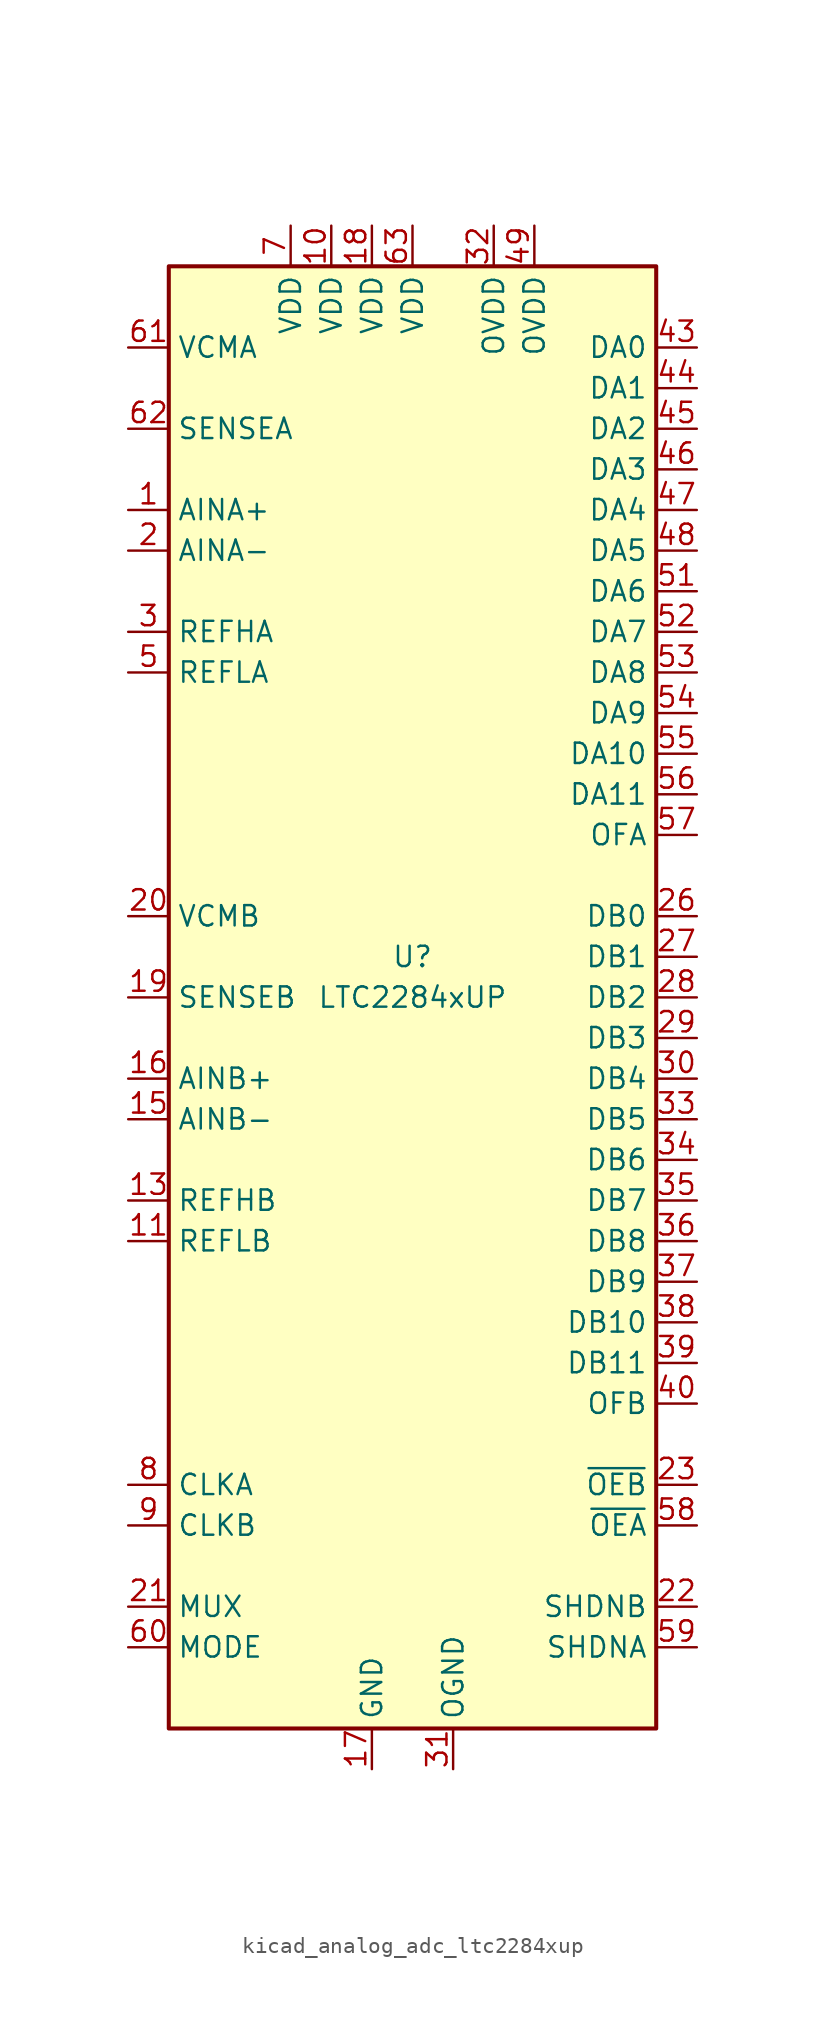
<source format=kicad_sym>
(kicad_symbol_lib
  (version 20220914)
  (generator kicad_symbol_editor)
  (symbol "kicad_analog_adc_ltc2284xup"
    (property "Reference" "U"
      (at 0 2.54 0)
      (effects (font (size 1.27 1.27))))
    (property "Value" "LTC2284xUP"
      (at 0 0 0)
      (effects (font (size 1.27 1.27))))
    (symbol "kicad_analog_adc_ltc2284xup_0_1"
      (rectangle (start -15.24 45.72) (end 15.24 -45.72) (stroke (width 0.254) (type default)) (fill (type background))))
    (symbol "kicad_analog_adc_ltc2284xup_1_1"
      (pin input line (at -17.78 30.48 0) (length 2.54) (name "AINA+" (effects (font (size 1.27 1.27)))) (number "1" (effects (font (size 1.27 1.27)))))
      (pin power_in line (at -5.08 48.26 270) (length 2.54) (name "VDD" (effects (font (size 1.27 1.27)))) (number "10" (effects (font (size 1.27 1.27)))))
      (pin input line (at -17.78 -15.24 0) (length 2.54) (name "REFLB" (effects (font (size 1.27 1.27)))) (number "11" (effects (font (size 1.27 1.27)))))
      (pin input line (at -17.78 -15.24 0) (length 2.54) hide (name "REFLB" (effects (font (size 1.27 1.27)))) (number "12" (effects (font (size 1.27 1.27)))))
      (pin input line (at -17.78 -12.7 0) (length 2.54) (name "REFHB" (effects (font (size 1.27 1.27)))) (number "13" (effects (font (size 1.27 1.27)))))
      (pin input line (at -17.78 -12.7 0) (length 2.54) hide (name "REFHB" (effects (font (size 1.27 1.27)))) (number "14" (effects (font (size 1.27 1.27)))))
      (pin input line (at -17.78 -7.62 0) (length 2.54) (name "AINB-" (effects (font (size 1.27 1.27)))) (number "15" (effects (font (size 1.27 1.27)))))
      (pin input line (at -17.78 -5.08 0) (length 2.54) (name "AINB+" (effects (font (size 1.27 1.27)))) (number "16" (effects (font (size 1.27 1.27)))))
      (pin power_in line (at -2.54 -48.26 90) (length 2.54) (name "GND" (effects (font (size 1.27 1.27)))) (number "17" (effects (font (size 1.27 1.27)))))
      (pin power_in line (at -2.54 48.26 270) (length 2.54) (name "VDD" (effects (font (size 1.27 1.27)))) (number "18" (effects (font (size 1.27 1.27)))))
      (pin input line (at -17.78 0 0) (length 2.54) (name "SENSEB" (effects (font (size 1.27 1.27)))) (number "19" (effects (font (size 1.27 1.27)))))
      (pin input line (at -17.78 27.94 0) (length 2.54) (name "AINA-" (effects (font (size 1.27 1.27)))) (number "2" (effects (font (size 1.27 1.27)))))
      (pin passive line (at -17.78 5.08 0) (length 2.54) (name "VCMB" (effects (font (size 1.27 1.27)))) (number "20" (effects (font (size 1.27 1.27)))))
      (pin input line (at -17.78 -38.1 0) (length 2.54) (name "MUX" (effects (font (size 1.27 1.27)))) (number "21" (effects (font (size 1.27 1.27)))))
      (pin input line (at 17.78 -38.1 180) (length 2.54) (name "SHDNB" (effects (font (size 1.27 1.27)))) (number "22" (effects (font (size 1.27 1.27)))))
      (pin input line (at 17.78 -30.48 180) (length 2.54) (name "~{OEB}" (effects (font (size 1.27 1.27)))) (number "23" (effects (font (size 1.27 1.27)))))
      (pin no_connect line (at -15.24 -20.32 0) (length 2.54) hide (name "NC" (effects (font (size 1.27 1.27)))) (number "24" (effects (font (size 1.27 1.27)))))
      (pin no_connect line (at -15.24 -22.86 0) (length 2.54) hide (name "NC" (effects (font (size 1.27 1.27)))) (number "25" (effects (font (size 1.27 1.27)))))
      (pin output line (at 17.78 5.08 180) (length 2.54) (name "DB0" (effects (font (size 1.27 1.27)))) (number "26" (effects (font (size 1.27 1.27)))))
      (pin output line (at 17.78 2.54 180) (length 2.54) (name "DB1" (effects (font (size 1.27 1.27)))) (number "27" (effects (font (size 1.27 1.27)))))
      (pin output line (at 17.78 0 180) (length 2.54) (name "DB2" (effects (font (size 1.27 1.27)))) (number "28" (effects (font (size 1.27 1.27)))))
      (pin output line (at 17.78 -2.54 180) (length 2.54) (name "DB3" (effects (font (size 1.27 1.27)))) (number "29" (effects (font (size 1.27 1.27)))))
      (pin input line (at -17.78 22.86 0) (length 2.54) (name "REFHA" (effects (font (size 1.27 1.27)))) (number "3" (effects (font (size 1.27 1.27)))))
      (pin output line (at 17.78 -5.08 180) (length 2.54) (name "DB4" (effects (font (size 1.27 1.27)))) (number "30" (effects (font (size 1.27 1.27)))))
      (pin power_in line (at 2.54 -48.26 90) (length 2.54) (name "OGND" (effects (font (size 1.27 1.27)))) (number "31" (effects (font (size 1.27 1.27)))))
      (pin power_in line (at 5.08 48.26 270) (length 2.54) (name "OVDD" (effects (font (size 1.27 1.27)))) (number "32" (effects (font (size 1.27 1.27)))))
      (pin output line (at 17.78 -7.62 180) (length 2.54) (name "DB5" (effects (font (size 1.27 1.27)))) (number "33" (effects (font (size 1.27 1.27)))))
      (pin output line (at 17.78 -10.16 180) (length 2.54) (name "DB6" (effects (font (size 1.27 1.27)))) (number "34" (effects (font (size 1.27 1.27)))))
      (pin output line (at 17.78 -12.7 180) (length 2.54) (name "DB7" (effects (font (size 1.27 1.27)))) (number "35" (effects (font (size 1.27 1.27)))))
      (pin output line (at 17.78 -15.24 180) (length 2.54) (name "DB8" (effects (font (size 1.27 1.27)))) (number "36" (effects (font (size 1.27 1.27)))))
      (pin output line (at 17.78 -17.78 180) (length 2.54) (name "DB9" (effects (font (size 1.27 1.27)))) (number "37" (effects (font (size 1.27 1.27)))))
      (pin output line (at 17.78 -20.32 180) (length 2.54) (name "DB10" (effects (font (size 1.27 1.27)))) (number "38" (effects (font (size 1.27 1.27)))))
      (pin output line (at 17.78 -22.86 180) (length 2.54) (name "DB11" (effects (font (size 1.27 1.27)))) (number "39" (effects (font (size 1.27 1.27)))))
      (pin input line (at -17.78 22.86 0) (length 2.54) hide (name "REFHA" (effects (font (size 1.27 1.27)))) (number "4" (effects (font (size 1.27 1.27)))))
      (pin output line (at 17.78 -25.4 180) (length 2.54) (name "OFB" (effects (font (size 1.27 1.27)))) (number "40" (effects (font (size 1.27 1.27)))))
      (pin no_connect line (at -15.24 -25.4 0) (length 2.54) hide (name "NC" (effects (font (size 1.27 1.27)))) (number "41" (effects (font (size 1.27 1.27)))))
      (pin no_connect line (at -15.24 -27.94 0) (length 2.54) hide (name "NC" (effects (font (size 1.27 1.27)))) (number "42" (effects (font (size 1.27 1.27)))))
      (pin output line (at 17.78 40.64 180) (length 2.54) (name "DA0" (effects (font (size 1.27 1.27)))) (number "43" (effects (font (size 1.27 1.27)))))
      (pin output line (at 17.78 38.1 180) (length 2.54) (name "DA1" (effects (font (size 1.27 1.27)))) (number "44" (effects (font (size 1.27 1.27)))))
      (pin output line (at 17.78 35.56 180) (length 2.54) (name "DA2" (effects (font (size 1.27 1.27)))) (number "45" (effects (font (size 1.27 1.27)))))
      (pin output line (at 17.78 33.02 180) (length 2.54) (name "DA3" (effects (font (size 1.27 1.27)))) (number "46" (effects (font (size 1.27 1.27)))))
      (pin output line (at 17.78 30.48 180) (length 2.54) (name "DA4" (effects (font (size 1.27 1.27)))) (number "47" (effects (font (size 1.27 1.27)))))
      (pin output line (at 17.78 27.94 180) (length 2.54) (name "DA5" (effects (font (size 1.27 1.27)))) (number "48" (effects (font (size 1.27 1.27)))))
      (pin power_in line (at 7.62 48.26 270) (length 2.54) (name "OVDD" (effects (font (size 1.27 1.27)))) (number "49" (effects (font (size 1.27 1.27)))))
      (pin input line (at -17.78 20.32 0) (length 2.54) (name "REFLA" (effects (font (size 1.27 1.27)))) (number "5" (effects (font (size 1.27 1.27)))))
      (pin passive line (at 2.54 -48.26 90) (length 2.54) hide (name "OGND" (effects (font (size 1.27 1.27)))) (number "50" (effects (font (size 1.27 1.27)))))
      (pin output line (at 17.78 25.4 180) (length 2.54) (name "DA6" (effects (font (size 1.27 1.27)))) (number "51" (effects (font (size 1.27 1.27)))))
      (pin output line (at 17.78 22.86 180) (length 2.54) (name "DA7" (effects (font (size 1.27 1.27)))) (number "52" (effects (font (size 1.27 1.27)))))
      (pin output line (at 17.78 20.32 180) (length 2.54) (name "DA8" (effects (font (size 1.27 1.27)))) (number "53" (effects (font (size 1.27 1.27)))))
      (pin output line (at 17.78 17.78 180) (length 2.54) (name "DA9" (effects (font (size 1.27 1.27)))) (number "54" (effects (font (size 1.27 1.27)))))
      (pin output line (at 17.78 15.24 180) (length 2.54) (name "DA10" (effects (font (size 1.27 1.27)))) (number "55" (effects (font (size 1.27 1.27)))))
      (pin output line (at 17.78 12.7 180) (length 2.54) (name "DA11" (effects (font (size 1.27 1.27)))) (number "56" (effects (font (size 1.27 1.27)))))
      (pin output line (at 17.78 10.16 180) (length 2.54) (name "OFA" (effects (font (size 1.27 1.27)))) (number "57" (effects (font (size 1.27 1.27)))))
      (pin input line (at 17.78 -33.02 180) (length 2.54) (name "~{OEA}" (effects (font (size 1.27 1.27)))) (number "58" (effects (font (size 1.27 1.27)))))
      (pin input line (at 17.78 -40.64 180) (length 2.54) (name "SHDNA" (effects (font (size 1.27 1.27)))) (number "59" (effects (font (size 1.27 1.27)))))
      (pin input line (at -17.78 20.32 0) (length 2.54) hide (name "REFLA" (effects (font (size 1.27 1.27)))) (number "6" (effects (font (size 1.27 1.27)))))
      (pin input line (at -17.78 -40.64 0) (length 2.54) (name "MODE" (effects (font (size 1.27 1.27)))) (number "60" (effects (font (size 1.27 1.27)))))
      (pin passive line (at -17.78 40.64 0) (length 2.54) (name "VCMA" (effects (font (size 1.27 1.27)))) (number "61" (effects (font (size 1.27 1.27)))))
      (pin input line (at -17.78 35.56 0) (length 2.54) (name "SENSEA" (effects (font (size 1.27 1.27)))) (number "62" (effects (font (size 1.27 1.27)))))
      (pin power_in line (at 0 48.26 270) (length 2.54) (name "VDD" (effects (font (size 1.27 1.27)))) (number "63" (effects (font (size 1.27 1.27)))))
      (pin passive line (at -2.54 -48.26 90) (length 2.54) hide (name "GND" (effects (font (size 1.27 1.27)))) (number "64" (effects (font (size 1.27 1.27)))))
      (pin passive line (at -2.54 -48.26 90) (length 2.54) hide (name "GND" (effects (font (size 1.27 1.27)))) (number "65" (effects (font (size 1.27 1.27)))))
      (pin power_in line (at -7.62 48.26 270) (length 2.54) (name "VDD" (effects (font (size 1.27 1.27)))) (number "7" (effects (font (size 1.27 1.27)))))
      (pin input line (at -17.78 -30.48 0) (length 2.54) (name "CLKA" (effects (font (size 1.27 1.27)))) (number "8" (effects (font (size 1.27 1.27)))))
      (pin input line (at -17.78 -33.02 0) (length 2.54) (name "CLKB" (effects (font (size 1.27 1.27)))) (number "9" (effects (font (size 1.27 1.27))))))))
</source>
